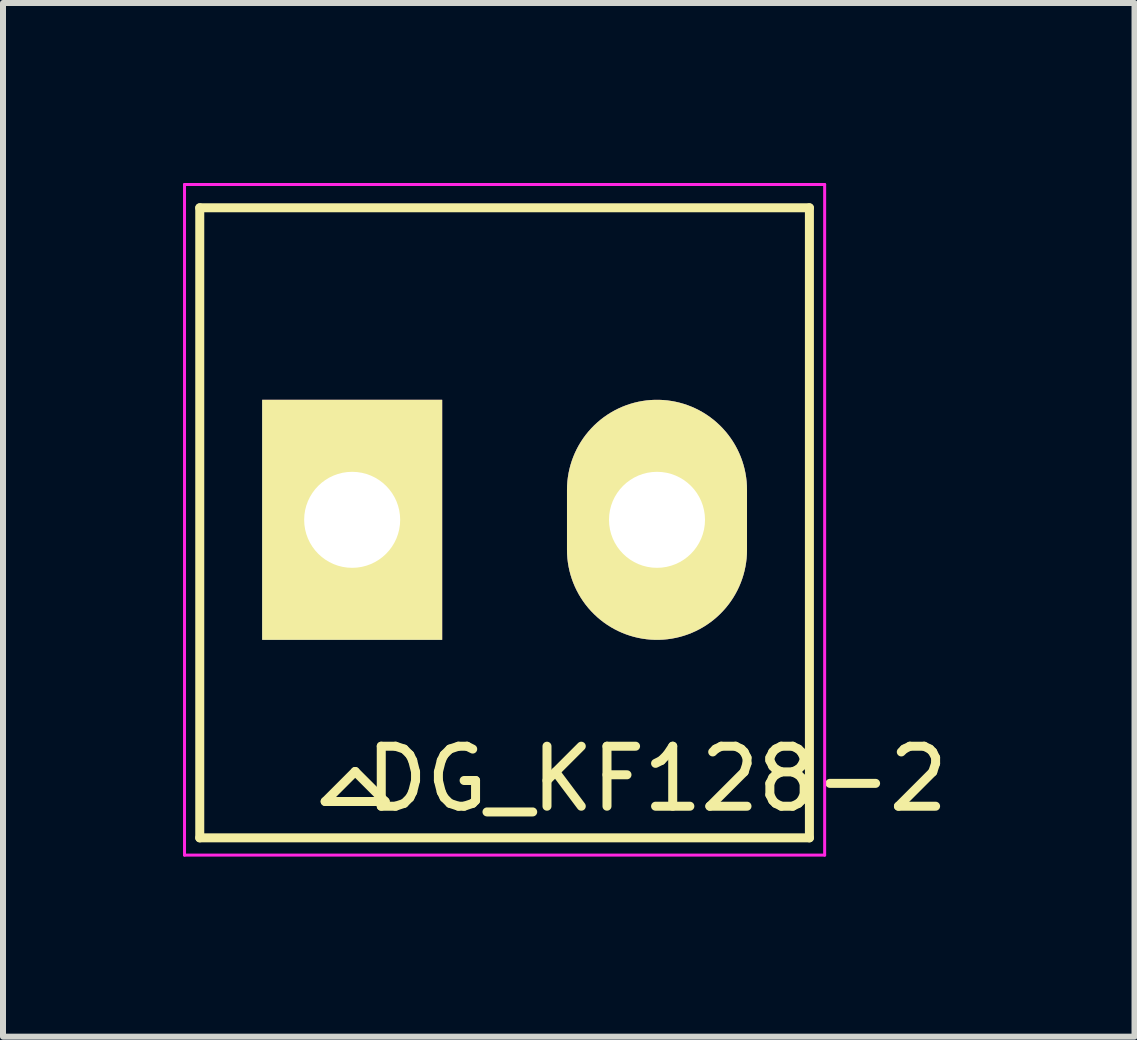
<source format=kicad_pcb>
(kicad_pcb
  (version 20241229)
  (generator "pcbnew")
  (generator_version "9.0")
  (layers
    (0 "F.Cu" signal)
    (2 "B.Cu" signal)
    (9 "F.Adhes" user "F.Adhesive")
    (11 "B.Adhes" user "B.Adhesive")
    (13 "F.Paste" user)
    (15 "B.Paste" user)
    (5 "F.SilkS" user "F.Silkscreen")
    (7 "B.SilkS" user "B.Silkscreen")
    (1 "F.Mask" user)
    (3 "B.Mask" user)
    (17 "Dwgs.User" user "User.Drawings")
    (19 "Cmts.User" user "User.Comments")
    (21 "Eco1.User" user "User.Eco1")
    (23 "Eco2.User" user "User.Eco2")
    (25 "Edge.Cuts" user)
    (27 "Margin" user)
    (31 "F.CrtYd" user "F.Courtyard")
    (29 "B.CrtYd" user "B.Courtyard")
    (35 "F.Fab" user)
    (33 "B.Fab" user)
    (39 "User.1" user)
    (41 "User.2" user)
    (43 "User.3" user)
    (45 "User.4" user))
  (footprint "DG_KF128-2"
    (layer "F.Cu")
    (at 2.819 5.613)
    (property "Reference" "DG_KF128-2" (at 5.08 4.318 0) (layer "F.SilkS") (effects (font (size 1 1) (thickness 0.15))))
    (attr through_hole)
    (fp_line (start -2.54 -5.2) (end -2.54 5.3) (stroke (width 0.15) (type solid)) (layer "F.SilkS"))
    (fp_line (start -2.54 -5.2) (end 7.62 -5.2) (stroke (width 0.15) (type solid)) (layer "F.SilkS"))
    (fp_line (start -2.54 5.3) (end 7.62 5.3) (stroke (width 0.15) (type solid)) (layer "F.SilkS"))
    (fp_line (start -0.45 4.694) (end 0.55 4.694) (stroke (width 0.15) (type solid)) (layer "F.SilkS"))
    (fp_line (start 0.05 4.194) (end -0.45 4.694) (stroke (width 0.15) (type solid)) (layer "F.SilkS"))
    (fp_line (start 0.05 4.194) (end 0.55 4.694) (stroke (width 0.15) (type solid)) (layer "F.SilkS"))
    (fp_line (start 7.62 -5.2) (end 7.62 5.3) (stroke (width 0.15) (type solid)) (layer "F.SilkS"))
    (fp_line (start -2.794 -5.588) (end -2.794 5.588) (stroke (width 0.05) (type solid)) (layer "F.CrtYd"))
    (fp_line (start -2.794 -5.588) (end 7.874 -5.588) (stroke (width 0.05) (type solid)) (layer "F.CrtYd"))
    (fp_line (start -2.794 5.588) (end 7.874 5.588) (stroke (width 0.05) (type solid)) (layer "F.CrtYd"))
    (fp_line (start 7.874 -5.588) (end 7.874 5.588) (stroke (width 0.05) (type solid)) (layer "F.CrtYd"))
    (pad "1" thru_hole rect (at 0 0) (size 3 4) (drill 1.6) (layers "*.Cu" "*.Mask" "F.SilkS"))
    (pad "2" thru_hole oval (at 5.08 0) (size 3 4) (drill 1.6) (layers "*.Cu" "*.Mask" "F.SilkS")))
  (gr_rect
    (start -3 -3)
    (end 15.857 14.226)
    (stroke (width 0.1) (type default))
    (fill no)
    (layer "Edge.Cuts")))
</source>
